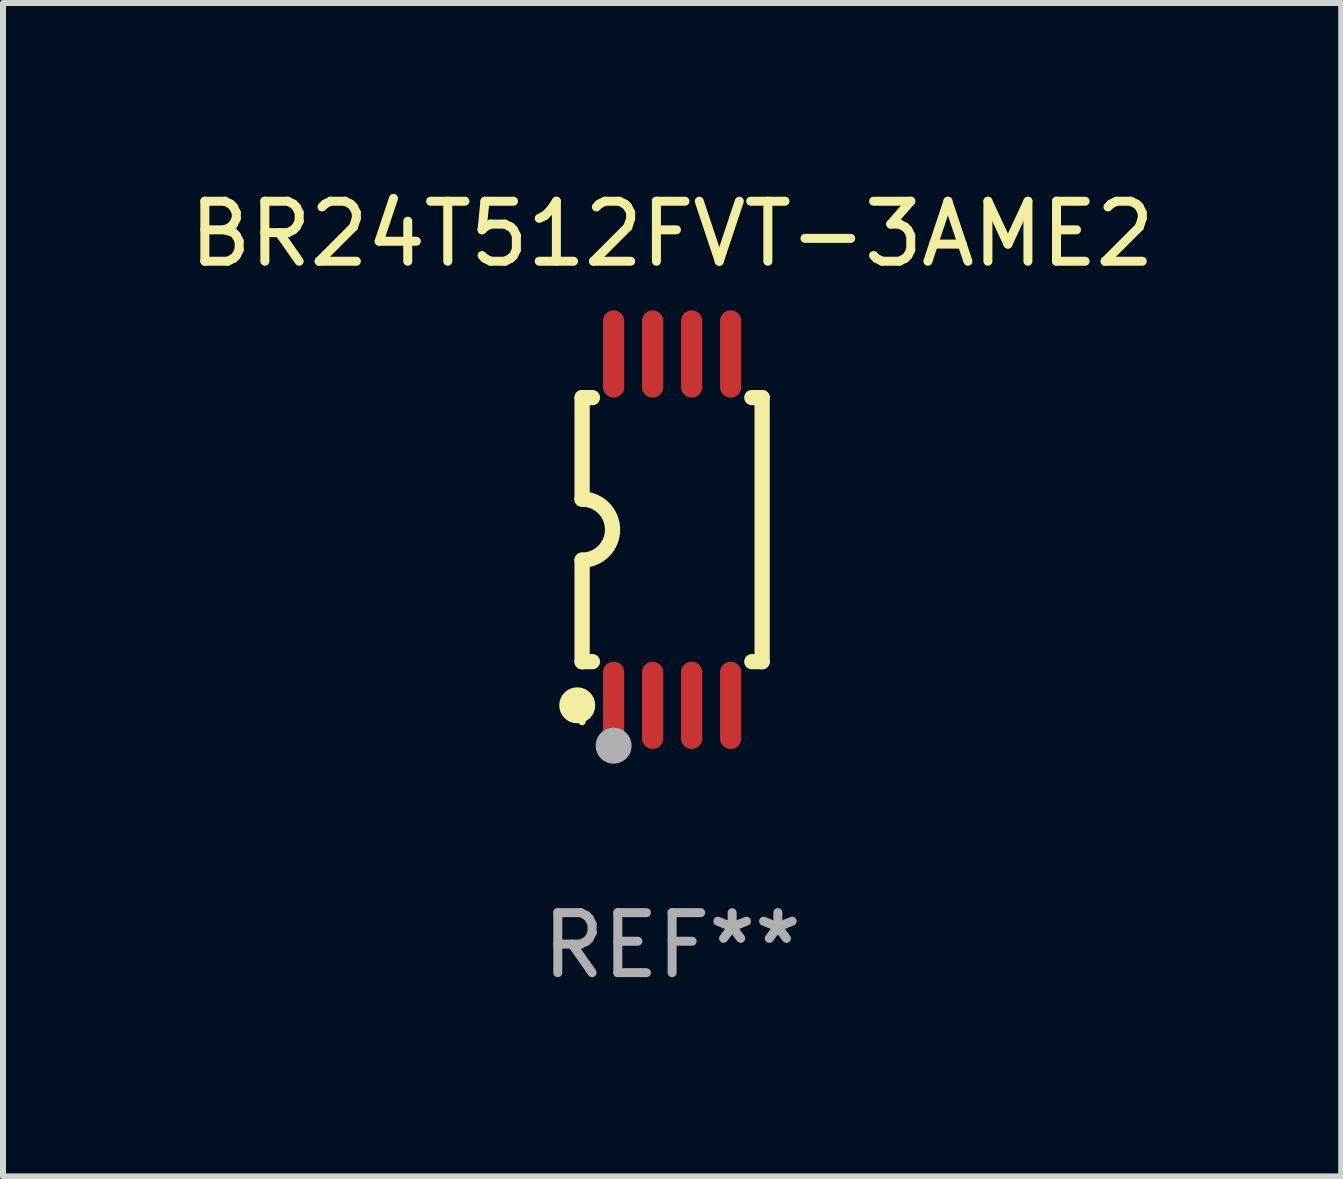
<source format=kicad_pcb>
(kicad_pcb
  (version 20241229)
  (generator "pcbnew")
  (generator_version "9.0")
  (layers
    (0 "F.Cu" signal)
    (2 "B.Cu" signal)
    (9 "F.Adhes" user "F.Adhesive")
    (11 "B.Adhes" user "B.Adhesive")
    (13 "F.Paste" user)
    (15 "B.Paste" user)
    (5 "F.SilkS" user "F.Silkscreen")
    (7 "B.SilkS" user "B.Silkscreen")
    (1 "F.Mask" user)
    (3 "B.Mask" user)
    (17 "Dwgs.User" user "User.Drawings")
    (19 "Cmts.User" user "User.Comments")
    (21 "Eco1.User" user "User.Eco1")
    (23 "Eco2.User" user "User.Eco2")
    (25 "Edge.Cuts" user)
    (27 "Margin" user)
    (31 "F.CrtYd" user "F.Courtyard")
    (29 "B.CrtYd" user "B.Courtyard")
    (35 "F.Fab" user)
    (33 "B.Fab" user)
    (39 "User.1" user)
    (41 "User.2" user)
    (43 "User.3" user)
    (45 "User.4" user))
  (footprint "BR24T512FVT-3AME2"
    (layer "F.Cu")
    (at 8.149 5.775)
    (property "Reference" "BR24T512FVT-3AME2" (at 0 -4.927 0) (layer "F.SilkS") (effects (font (size 1 1) (thickness 0.15))))
    (attr through_hole)
    (fp_line (start -1.5 -2.2) (end -1.5 -0.508) (stroke (width 0.254) (type solid)) (layer "F.SilkS"))
    (fp_line (start -1.5 -2.2) (end -1.328 -2.2) (stroke (width 0.254) (type solid)) (layer "F.SilkS"))
    (fp_line (start -1.5 2.2) (end -1.5 0.508) (stroke (width 0.254) (type solid)) (layer "F.SilkS"))
    (fp_line (start -1.5 2.2) (end -1.328 2.2) (stroke (width 0.254) (type solid)) (layer "F.SilkS"))
    (fp_line (start 1.328 -2.2) (end 1.5 -2.2) (stroke (width 0.254) (type solid)) (layer "F.SilkS"))
    (fp_line (start 1.328 2.2) (end 1.5 2.2) (stroke (width 0.254) (type solid)) (layer "F.SilkS"))
    (fp_line (start 1.5 -2.2) (end 1.5 2.2) (stroke (width 0.254) (type solid)) (layer "F.SilkS"))
    (fp_arc (start -1.501144 -0.508) (mid -0.993143 -0.000571) (end -1.5 0.508001) (stroke (width 0.254001) (type solid)) (layer "F.SilkS"))
    (fp_circle (center -1.581 2.927) (end -1.431 2.927) (stroke (width 0.3) (type solid)) (fill no) (layer "F.SilkS"))
    (fp_circle (center -1.5 3.2) (end -1.47 3.2) (stroke (width 0.06) (type solid)) (fill no) (layer "F.SilkS"))
    (fp_circle (center -0.975 3.6) (end -0.825 3.6) (stroke (width 0.3) (type solid)) (fill no) (layer "F.Fab"))
    (fp_text user "REF**" (at 0 6.927 0) (layer "F.Fab") (effects (font (size 1 1) (thickness 0.15))))
    (pad "1" smd oval (at -0.975 2.927) (size 0.353 1.454) (layers "F.Cu" "F.Mask" "F.Paste"))
    (pad "2" smd oval (at -0.325 2.927) (size 0.353 1.454) (layers "F.Cu" "F.Mask" "F.Paste"))
    (pad "3" smd oval (at 0.325 2.927) (size 0.353 1.454) (layers "F.Cu" "F.Mask" "F.Paste"))
    (pad "4" smd oval (at 0.975 2.927) (size 0.353 1.454) (layers "F.Cu" "F.Mask" "F.Paste"))
    (pad "5" smd oval (at 0.975 -2.927) (size 0.353 1.454) (layers "F.Cu" "F.Mask" "F.Paste"))
    (pad "6" smd oval (at 0.325 -2.927) (size 0.353 1.454) (layers "F.Cu" "F.Mask" "F.Paste"))
    (pad "7" smd oval (at -0.325 -2.927) (size 0.353 1.454) (layers "F.Cu" "F.Mask" "F.Paste"))
    (pad "8" smd oval (at -0.975 -2.927) (size 0.353 1.454) (layers "F.Cu" "F.Mask" "F.Paste")))
  (gr_rect
    (start -3 -3)
    (end 19.298 16.551)
    (stroke (width 0.1) (type default))
    (fill no)
    (layer "Edge.Cuts")))
</source>
